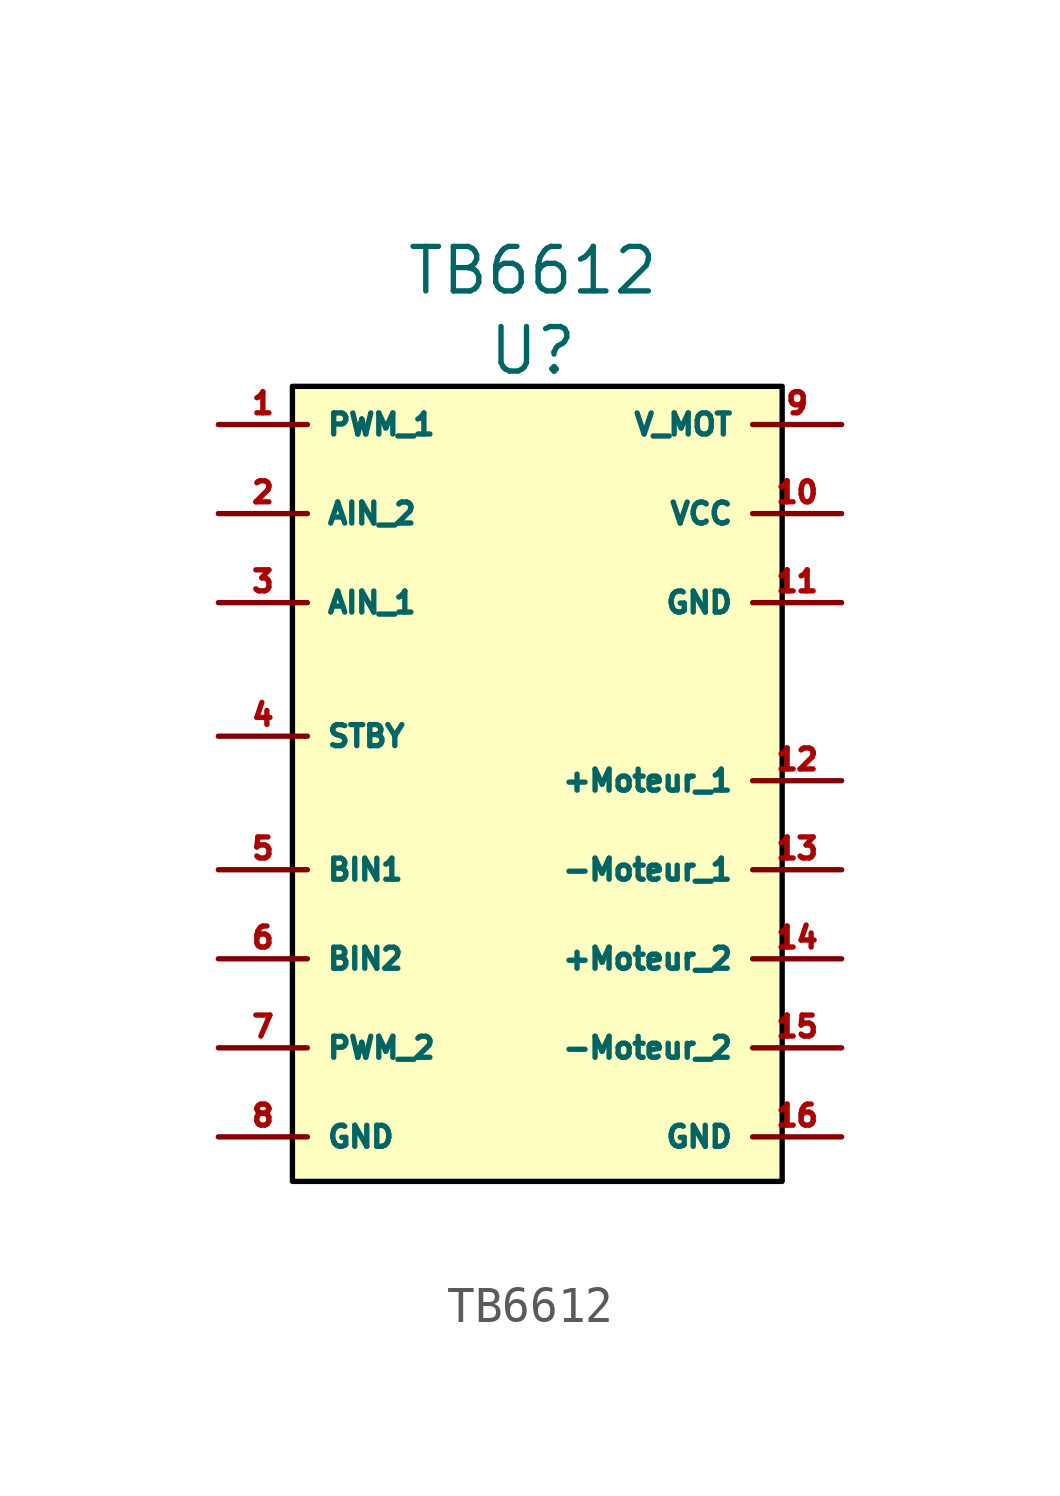
<source format=kicad_sym>
(kicad_symbol_lib
  (version 20231120)
  (generator "kicad_symbol_editor")
  (generator_version "8.0")
  (symbol "TB6612"
    (property "Reference" "U"
      (at 0.081 0.836 0)
      (effects (font (size 1.27 1.27))))
    (property "Value" "TB6612"
      (at 0.081 3.122 0)
      (effects (font (size 1.27 1.27))))
    (symbol "TB6612_1_1"
      (rectangle (start -6.777 -0.18) (end 7.193 -22.86) (stroke (width 0) (type default) (color 0 0 0 1)) (fill (type background)))
      (pin input line (at -8.89 -1.27 0) (length 2.54) (name "PWM_1" (effects (font (size 0.6 0.6)))) (number "1" (effects (font (size 0.6 0.6)))))
      (pin input line (at 8.89 -3.81 180) (length 2.54) (name "VCC" (effects (font (size 0.6 0.6)))) (number "10" (effects (font (size 0.6 0.6)))))
      (pin input line (at 8.89 -6.35 180) (length 2.54) (name "GND" (effects (font (size 0.6 0.6)))) (number "11" (effects (font (size 0.6 0.6)))))
      (pin output line (at 8.89 -11.43 180) (length 2.54) (name "+Moteur_1" (effects (font (size 0.6 0.6)))) (number "12" (effects (font (size 0.6 0.6)))))
      (pin output line (at 8.89 -13.97 180) (length 2.54) (name "-Moteur_1" (effects (font (size 0.6 0.6)))) (number "13" (effects (font (size 0.6 0.6)))))
      (pin output line (at 8.89 -16.51 180) (length 2.54) (name "+Moteur_2" (effects (font (size 0.6 0.6)))) (number "14" (effects (font (size 0.6 0.6)))))
      (pin output line (at 8.89 -19.05 180) (length 2.54) (name "-Moteur_2" (effects (font (size 0.6 0.6)))) (number "15" (effects (font (size 0.6 0.6)))))
      (pin input line (at 8.89 -21.59 180) (length 2.54) (name "GND" (effects (font (size 0.6 0.6)))) (number "16" (effects (font (size 0.6 0.6)))))
      (pin input line (at -8.89 -3.81 0) (length 2.54) (name "AIN_2" (effects (font (size 0.6 0.6)))) (number "2" (effects (font (size 0.6 0.6)))))
      (pin input line (at -8.89 -6.35 0) (length 2.54) (name "AIN_1" (effects (font (size 0.6 0.6)))) (number "3" (effects (font (size 0.6 0.6)))))
      (pin input line (at -8.89 -10.16 0) (length 2.54) (name "STBY" (effects (font (size 0.6 0.6)))) (number "4" (effects (font (size 0.6 0.6)))))
      (pin input line (at -8.89 -13.97 0) (length 2.54) (name "BIN1" (effects (font (size 0.6 0.6)))) (number "5" (effects (font (size 0.6 0.6)))))
      (pin input line (at -8.89 -16.51 0) (length 2.54) (name "BIN2" (effects (font (size 0.6 0.6)))) (number "6" (effects (font (size 0.6 0.6)))))
      (pin input line (at -8.89 -19.05 0) (length 2.54) (name "PWM_2" (effects (font (size 0.6 0.6)))) (number "7" (effects (font (size 0.6 0.6)))))
      (pin input line (at -8.89 -21.59 0) (length 2.54) (name "GND" (effects (font (size 0.6 0.6)))) (number "8" (effects (font (size 0.6 0.6)))))
      (pin input line (at 8.89 -1.27 180) (length 2.54) (name "V_MOT" (effects (font (size 0.6 0.6)))) (number "9" (effects (font (size 0.6 0.6))))))))
</source>
